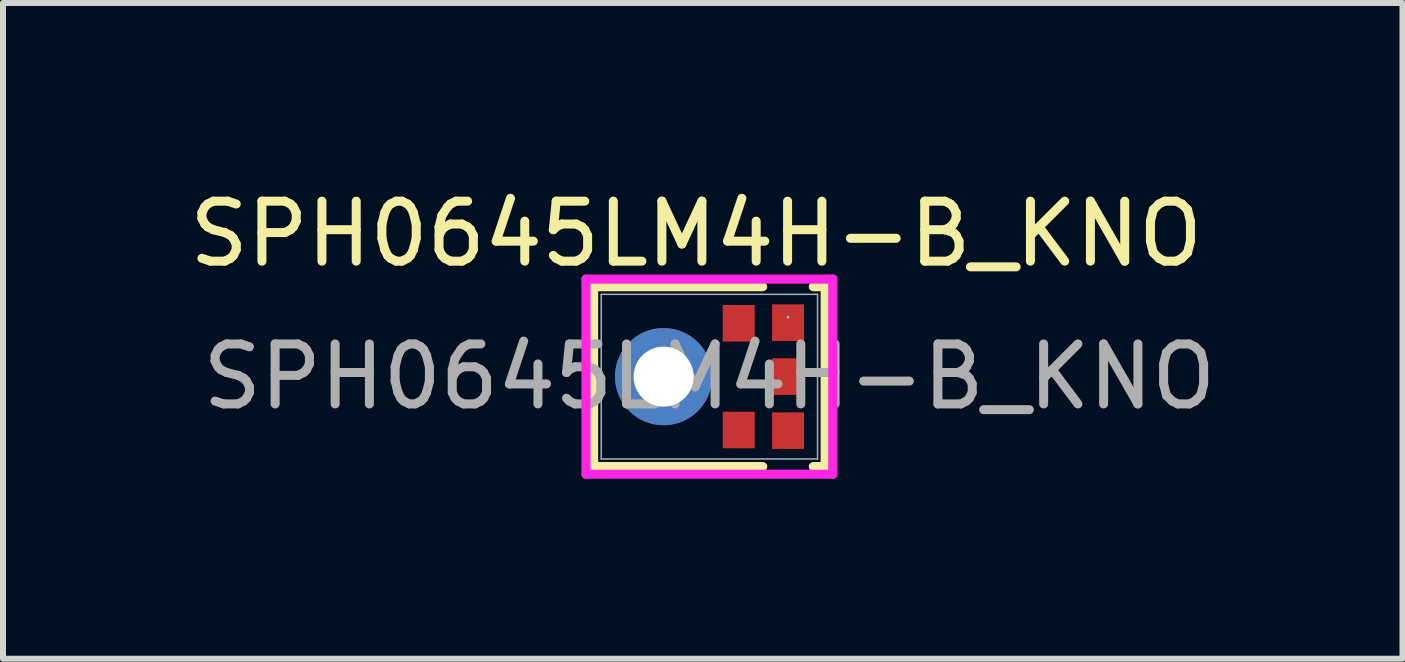
<source format=kicad_pcb>
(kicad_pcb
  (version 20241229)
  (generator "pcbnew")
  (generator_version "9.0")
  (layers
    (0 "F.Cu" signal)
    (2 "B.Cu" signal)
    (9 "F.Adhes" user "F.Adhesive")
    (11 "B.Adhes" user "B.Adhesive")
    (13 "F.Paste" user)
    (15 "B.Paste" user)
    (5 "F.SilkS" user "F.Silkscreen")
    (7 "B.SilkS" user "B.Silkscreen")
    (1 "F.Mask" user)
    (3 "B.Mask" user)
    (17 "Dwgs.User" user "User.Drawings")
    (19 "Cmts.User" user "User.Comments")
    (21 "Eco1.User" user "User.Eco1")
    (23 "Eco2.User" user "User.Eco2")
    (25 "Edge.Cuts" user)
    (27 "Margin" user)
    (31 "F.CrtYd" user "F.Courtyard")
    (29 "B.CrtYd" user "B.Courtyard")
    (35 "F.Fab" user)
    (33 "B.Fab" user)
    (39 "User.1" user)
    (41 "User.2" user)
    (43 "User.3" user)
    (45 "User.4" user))
  (footprint "SPH0645LM4H-B_KNO"
    (layer "F.Cu")
    (at 8.774 3.228)
    (property "Reference" "SPH0645LM4H-B_KNO" (at -0.22 -2.38 0) (unlocked yes) (layer "F.SilkS") (effects (font (size 1 1) (thickness 0.15))))
    (attr smd)
    (fp_line (start -1.93 -1.499) (end -1.93 1.499) (stroke (width 0.152) (type solid)) (layer "F.SilkS"))
    (fp_line (start -1.93 1.499) (end 0.888 1.499) (stroke (width 0.152) (type solid)) (layer "F.SilkS"))
    (fp_line (start 0.888 -1.499) (end -1.93 -1.499) (stroke (width 0.152) (type solid)) (layer "F.SilkS"))
    (fp_line (start 1.733 1.499) (end 1.93 1.499) (stroke (width 0.152) (type solid)) (layer "F.SilkS"))
    (fp_line (start 1.93 -1.499) (end 1.733 -1.499) (stroke (width 0.152) (type solid)) (layer "F.SilkS"))
    (fp_line (start 1.93 1.499) (end 1.93 -1.499) (stroke (width 0.152) (type solid)) (layer "F.SilkS"))
    (fp_line (start -2.057 -1.626) (end 2.057 -1.626) (stroke (width 0.152) (type solid)) (layer "F.CrtYd"))
    (fp_line (start -2.057 1.626) (end -2.057 -1.626) (stroke (width 0.152) (type solid)) (layer "F.CrtYd"))
    (fp_line (start 2.057 -1.626) (end 2.057 1.626) (stroke (width 0.152) (type solid)) (layer "F.CrtYd"))
    (fp_line (start 2.057 1.626) (end -2.057 1.626) (stroke (width 0.152) (type solid)) (layer "F.CrtYd"))
    (fp_line (start -1.803 -1.372) (end -1.803 1.372) (stroke (width 0.025) (type solid)) (layer "F.Fab"))
    (fp_line (start -1.803 1.372) (end 1.803 1.372) (stroke (width 0.025) (type solid)) (layer "F.Fab"))
    (fp_line (start 1.803 -1.372) (end -1.803 -1.372) (stroke (width 0.025) (type solid)) (layer "F.Fab"))
    (fp_line (start 1.803 1.372) (end 1.803 -1.372) (stroke (width 0.025) (type solid)) (layer "F.Fab"))
    (fp_circle (center 1.311 -0.991) (end 1.311 -0.991) (stroke (width 0.025) (type solid)) (fill no) (layer "F.Fab"))
    (fp_text user "${REFERENCE}" (at 0 0 0) (unlocked yes) (layer "F.Fab") (effects (font (size 1 1) (thickness 0.15))))
    (pad "1" smd rect (at 1.311 -0.9) (size 0.533 0.61) (layers "F.Cu" "F.Mask" "F.Paste"))
    (pad "2" smd rect (at 0.489 -0.889) (size 0.533 0.61) (layers "F.Cu" "F.Mask" "F.Paste"))
    (pad "3" thru_hole circle (at -0.763 0) (size 1.62 1.62) (drill 1) (layers "*.Cu" "*.Mask"))
    (pad "4" smd rect (at 0.489 0.889) (size 0.533 0.61) (layers "F.Cu" "F.Mask" "F.Paste"))
    (pad "5" smd rect (at 1.311 0.9) (size 0.533 0.61) (layers "F.Cu" "F.Mask" "F.Paste"))
    (pad "6" smd rect (at 1.311 0) (size 0.533 0.61) (layers "F.Cu" "F.Mask" "F.Paste")))
  (gr_rect
    (start -3 -3)
    (end 20.327 7.93)
    (stroke (width 0.1) (type default))
    (fill no)
    (layer "Edge.Cuts")))
</source>
